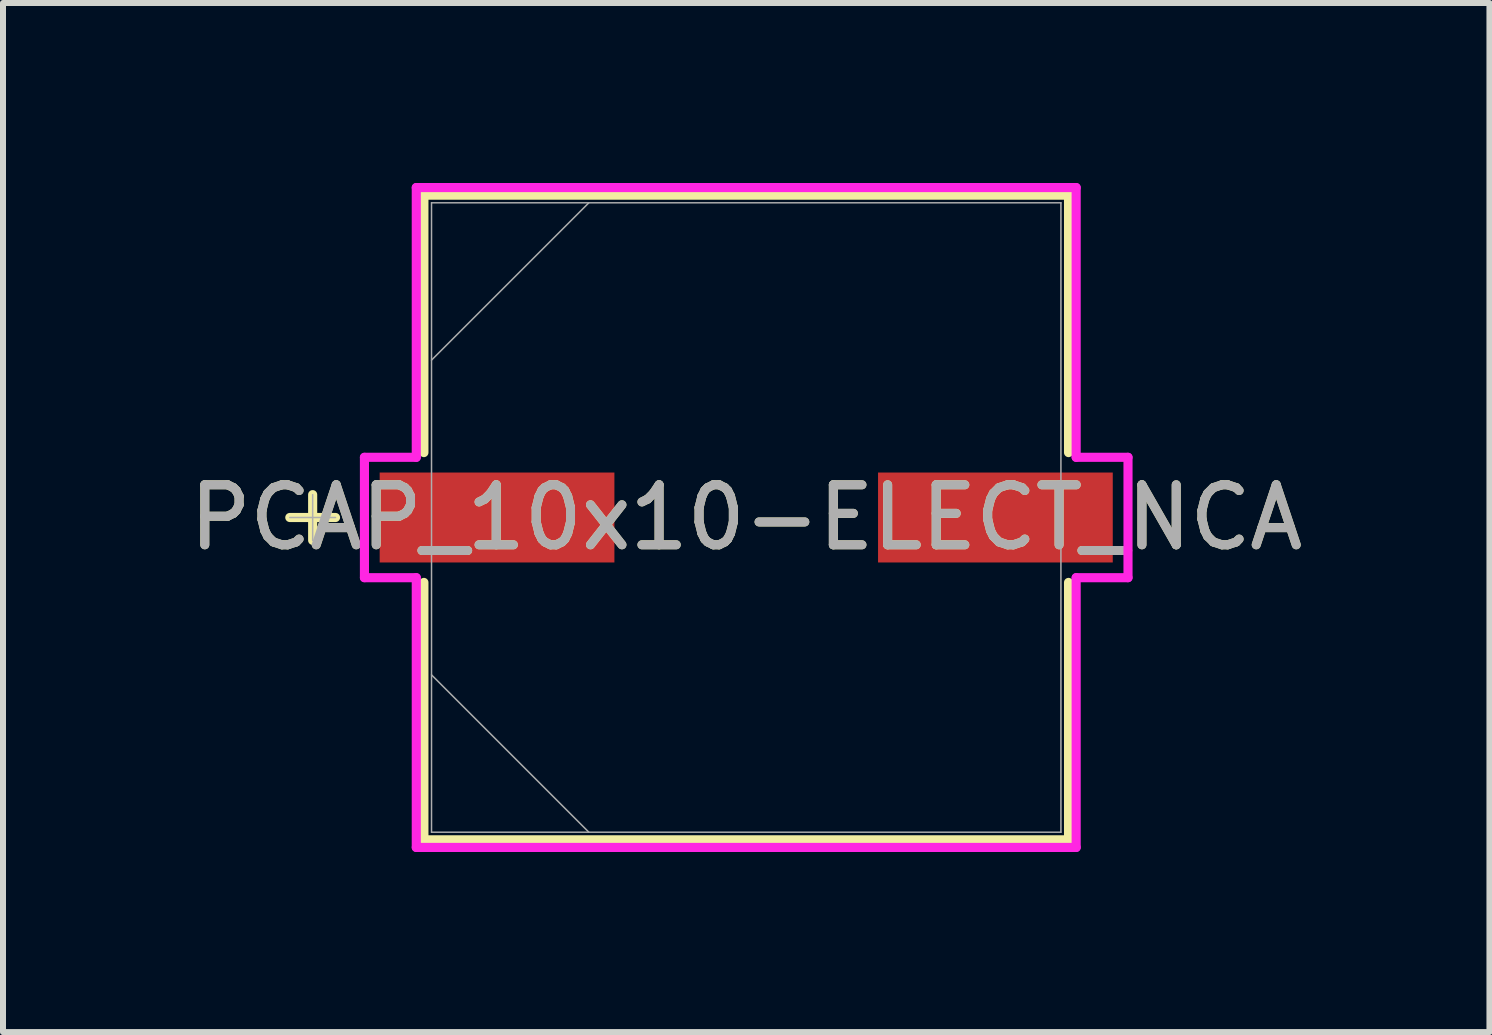
<source format=kicad_pcb>
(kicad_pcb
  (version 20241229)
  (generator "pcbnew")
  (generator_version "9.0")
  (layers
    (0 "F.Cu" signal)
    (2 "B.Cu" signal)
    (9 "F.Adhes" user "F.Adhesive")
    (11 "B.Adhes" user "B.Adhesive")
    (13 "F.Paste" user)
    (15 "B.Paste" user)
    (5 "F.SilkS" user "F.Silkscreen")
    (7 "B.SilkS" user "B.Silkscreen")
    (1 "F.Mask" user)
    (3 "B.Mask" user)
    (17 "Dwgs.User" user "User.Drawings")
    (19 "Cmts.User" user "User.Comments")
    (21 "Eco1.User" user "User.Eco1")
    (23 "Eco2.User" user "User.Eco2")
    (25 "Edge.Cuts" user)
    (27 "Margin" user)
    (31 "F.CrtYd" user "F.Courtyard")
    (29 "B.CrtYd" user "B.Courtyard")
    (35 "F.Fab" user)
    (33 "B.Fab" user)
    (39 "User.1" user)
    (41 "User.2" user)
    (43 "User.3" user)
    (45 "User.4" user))
  (footprint "PCAP_10x10-ELECT_NCA"
    (layer "F.Cu")
    (at 9.387 5.575)
    (property "Reference" "PCAP_10x10-ELECT_NCA" (at 0 0 0) (unlocked yes) (layer "F.SilkS") (effects (font (size 1 1) (thickness 0.15))))
    (attr smd)
    (fp_line (start -7.226 -0.381) (end -7.226 0.381) (stroke (width 0.152) (type solid)) (layer "F.SilkS"))
    (fp_line (start -6.845 0) (end -7.607 0) (stroke (width 0.152) (type solid)) (layer "F.SilkS"))
    (fp_line (start -5.372 -5.372) (end -5.372 -1.082) (stroke (width 0.152) (type solid)) (layer "F.SilkS"))
    (fp_line (start -5.372 1.082) (end -5.372 5.372) (stroke (width 0.152) (type solid)) (layer "F.SilkS"))
    (fp_line (start -5.372 5.372) (end 5.372 5.372) (stroke (width 0.152) (type solid)) (layer "F.SilkS"))
    (fp_line (start 5.372 -5.372) (end -5.372 -5.372) (stroke (width 0.152) (type solid)) (layer "F.SilkS"))
    (fp_line (start 5.372 -1.082) (end 5.372 -5.372) (stroke (width 0.152) (type solid)) (layer "F.SilkS"))
    (fp_line (start 5.372 5.372) (end 5.372 1.082) (stroke (width 0.152) (type solid)) (layer "F.SilkS"))
    (fp_line (start -6.363 -1.003) (end -5.499 -1.003) (stroke (width 0.152) (type solid)) (layer "F.CrtYd"))
    (fp_line (start -6.363 1.003) (end -6.363 -1.003) (stroke (width 0.152) (type solid)) (layer "F.CrtYd"))
    (fp_line (start -5.499 -5.499) (end 5.499 -5.499) (stroke (width 0.152) (type solid)) (layer "F.CrtYd"))
    (fp_line (start -5.499 -1.003) (end -5.499 -5.499) (stroke (width 0.152) (type solid)) (layer "F.CrtYd"))
    (fp_line (start -5.499 1.003) (end -6.363 1.003) (stroke (width 0.152) (type solid)) (layer "F.CrtYd"))
    (fp_line (start -5.499 5.499) (end -5.499 1.003) (stroke (width 0.152) (type solid)) (layer "F.CrtYd"))
    (fp_line (start 5.499 -5.499) (end 5.499 -1.003) (stroke (width 0.152) (type solid)) (layer "F.CrtYd"))
    (fp_line (start 5.499 -1.003) (end 6.363 -1.003) (stroke (width 0.152) (type solid)) (layer "F.CrtYd"))
    (fp_line (start 5.499 1.003) (end 5.499 5.499) (stroke (width 0.152) (type solid)) (layer "F.CrtYd"))
    (fp_line (start 5.499 5.499) (end -5.499 5.499) (stroke (width 0.152) (type solid)) (layer "F.CrtYd"))
    (fp_line (start 6.363 -1.003) (end 6.363 1.003) (stroke (width 0.152) (type solid)) (layer "F.CrtYd"))
    (fp_line (start 6.363 1.003) (end 5.499 1.003) (stroke (width 0.152) (type solid)) (layer "F.CrtYd"))
    (fp_line (start -7.226 -0.381) (end -7.226 0.381) (stroke (width 0.025) (type solid)) (layer "F.Fab"))
    (fp_line (start -6.845 0) (end -7.607 0) (stroke (width 0.025) (type solid)) (layer "F.Fab"))
    (fp_line (start -5.245 -5.245) (end -5.245 5.245) (stroke (width 0.025) (type solid)) (layer "F.Fab"))
    (fp_line (start -5.245 -2.623) (end -2.623 -5.245) (stroke (width 0.025) (type solid)) (layer "F.Fab"))
    (fp_line (start -5.245 2.623) (end -2.623 5.245) (stroke (width 0.025) (type solid)) (layer "F.Fab"))
    (fp_line (start -5.245 5.245) (end 5.245 5.245) (stroke (width 0.025) (type solid)) (layer "F.Fab"))
    (fp_line (start 5.245 -5.245) (end -5.245 -5.245) (stroke (width 0.025) (type solid)) (layer "F.Fab"))
    (fp_line (start 5.245 5.245) (end 5.245 -5.245) (stroke (width 0.025) (type solid)) (layer "F.Fab"))
    (fp_text user "${REFERENCE}" (at 0 0 0) (unlocked yes) (layer "F.Fab") (effects (font (size 1 1) (thickness 0.15))))
    (pad "1" smd rect (at -4.153 0) (size 3.912 1.499) (layers "F.Cu" "F.Mask" "F.Paste"))
    (pad "2" smd rect (at 4.153 0) (size 3.912 1.499) (layers "F.Cu" "F.Mask" "F.Paste"))
    (zone (net_name "") (layer "F.Cu") (hatch full 0.508) (connect_pads) (min_thickness 0.254) (filled_areas_thickness no) (keepout (tracks not_allowed) (vias not_allowed) (pads allowed) (copperpour not_allowed) (footprints allowed)) (placement (enabled no)) (fill) (polygon (pts (xy 4.193 0.381) (xy 14.581 0.381) (xy 14.581 4.775) (xy 4.193 4.775))))
    (zone (net_name "") (layer "F.Cu") (hatch full 0.508) (connect_pads) (min_thickness 0.254) (filled_areas_thickness no) (keepout (tracks not_allowed) (vias not_allowed) (pads allowed) (copperpour not_allowed) (footprints allowed)) (placement (enabled no)) (fill) (polygon (pts (xy 4.193 6.375) (xy 14.581 6.375) (xy 14.581 10.77) (xy 4.193 10.77))))
    (zone (net_name "") (layer "F.Cu") (hatch full 0.508) (connect_pads) (min_thickness 0.254) (filled_areas_thickness no) (keepout (tracks not_allowed) (vias not_allowed) (pads allowed) (copperpour not_allowed) (footprints allowed)) (placement (enabled no)) (fill) (polygon (pts (xy 7.037 4.775) (xy 11.736 4.775) (xy 11.736 6.375) (xy 7.037 6.375)))))
  (gr_rect
    (start -3 -3)
    (end 21.774 14.151)
    (stroke (width 0.1) (type default))
    (fill no)
    (layer "Edge.Cuts")))
</source>
